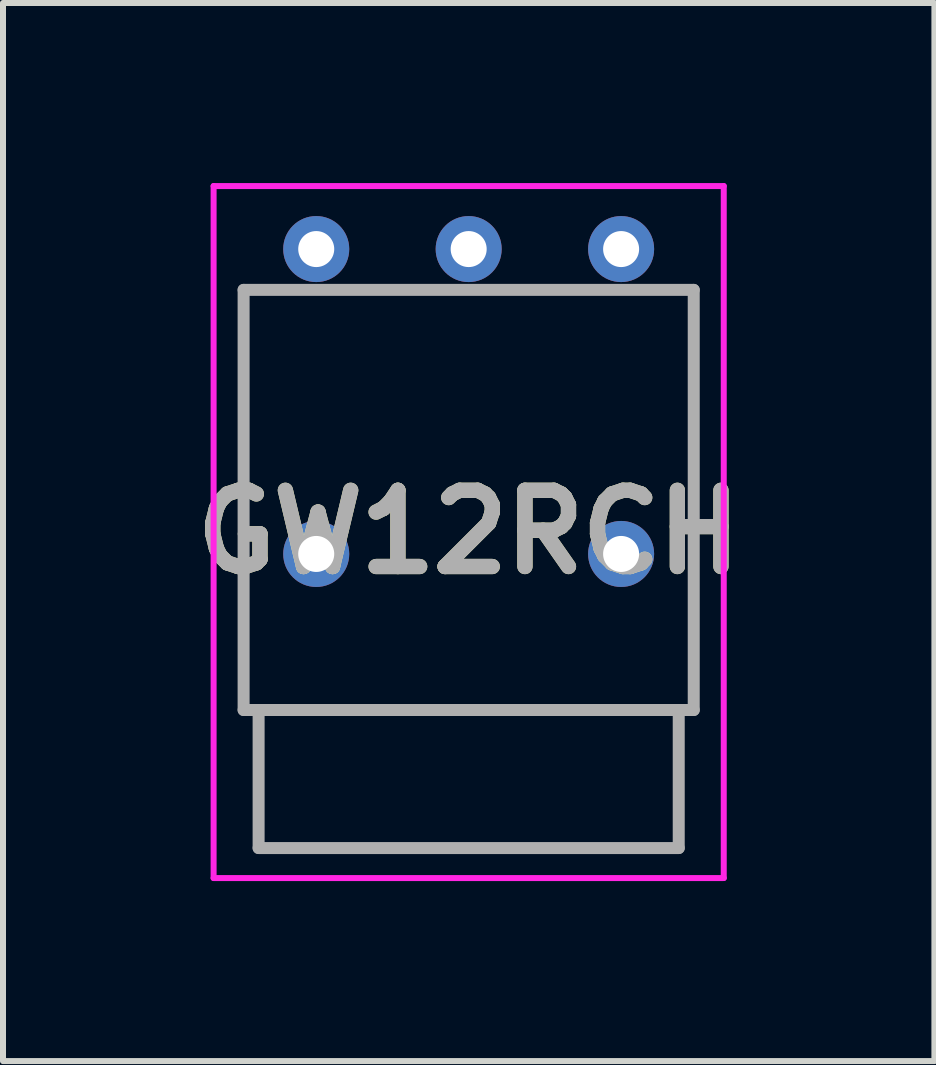
<source format=kicad_pcb>
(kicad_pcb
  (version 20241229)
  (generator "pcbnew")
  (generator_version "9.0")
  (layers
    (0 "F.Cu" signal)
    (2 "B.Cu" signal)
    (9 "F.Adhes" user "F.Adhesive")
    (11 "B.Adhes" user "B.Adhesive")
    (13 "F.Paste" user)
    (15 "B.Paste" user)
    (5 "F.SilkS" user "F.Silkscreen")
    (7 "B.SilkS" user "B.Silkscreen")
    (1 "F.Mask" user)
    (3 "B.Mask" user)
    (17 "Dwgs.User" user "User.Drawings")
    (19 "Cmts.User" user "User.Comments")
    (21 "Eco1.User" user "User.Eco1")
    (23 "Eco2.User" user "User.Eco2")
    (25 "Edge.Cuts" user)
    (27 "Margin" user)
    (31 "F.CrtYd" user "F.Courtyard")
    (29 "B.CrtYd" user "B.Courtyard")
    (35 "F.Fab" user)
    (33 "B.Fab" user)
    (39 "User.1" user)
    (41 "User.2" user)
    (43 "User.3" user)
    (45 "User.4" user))
  (footprint "GW12RCH"
    (layer "F.Cu")
    (at 2.219 1.1)
    (property "Reference" "GW12RCH" (at 2.54 4.715 0) (layer "F.SilkS") (effects (font (size 1.27 1.27) (thickness 0.254))))
    (attr through_hole)
    (fp_line (start -1.21 7.68) (end -1.21 0.68) (stroke (width 0.1) (type solid)) (layer "F.SilkS"))
    (fp_line (start 0.74 0.68) (end 1.74 0.68) (stroke (width 0.1) (type solid)) (layer "F.SilkS"))
    (fp_line (start 3.34 0.68) (end 4.34 0.68) (stroke (width 0.1) (type solid)) (layer "F.SilkS"))
    (fp_line (start 6.29 0.68) (end 6.29 7.68) (stroke (width 0.1) (type solid)) (layer "F.SilkS"))
    (fp_line (start 6.29 7.68) (end -1.21 7.68) (stroke (width 0.1) (type solid)) (layer "F.SilkS"))
    (fp_line (start -1.71 -1.05) (end 6.79 -1.05) (stroke (width 0.1) (type solid)) (layer "F.CrtYd"))
    (fp_line (start -1.71 10.48) (end -1.71 -1.05) (stroke (width 0.1) (type solid)) (layer "F.CrtYd"))
    (fp_line (start 6.79 -1.05) (end 6.79 10.48) (stroke (width 0.1) (type solid)) (layer "F.CrtYd"))
    (fp_line (start 6.79 10.48) (end -1.71 10.48) (stroke (width 0.1) (type solid)) (layer "F.CrtYd"))
    (fp_line (start -1.21 0.68) (end 6.29 0.68) (stroke (width 0.2) (type solid)) (layer "F.Fab"))
    (fp_line (start -1.21 7.68) (end -1.21 0.68) (stroke (width 0.2) (type solid)) (layer "F.Fab"))
    (fp_line (start -0.96 7.68) (end 6.04 7.68) (stroke (width 0.2) (type solid)) (layer "F.Fab"))
    (fp_line (start -0.96 9.98) (end -0.96 7.68) (stroke (width 0.2) (type solid)) (layer "F.Fab"))
    (fp_line (start 6.04 7.68) (end 6.04 9.98) (stroke (width 0.2) (type solid)) (layer "F.Fab"))
    (fp_line (start 6.04 9.98) (end -0.96 9.98) (stroke (width 0.2) (type solid)) (layer "F.Fab"))
    (fp_line (start 6.29 0.68) (end 6.29 7.68) (stroke (width 0.2) (type solid)) (layer "F.Fab"))
    (fp_line (start 6.29 7.68) (end -1.21 7.68) (stroke (width 0.2) (type solid)) (layer "F.Fab"))
    (fp_text user "${REFERENCE}" (at 2.54 4.715 0) (layer "F.Fab") (effects (font (size 1.27 1.27) (thickness 0.254))))
    (pad "4" thru_hole circle (at 0 0) (size 1.1 1.1) (drill 0.6) (layers "*.Cu" "*.Mask"))
    (pad "5" thru_hole circle (at 2.54 0) (size 1.1 1.1) (drill 0.6) (layers "*.Cu" "*.Mask"))
    (pad "6" thru_hole circle (at 5.08 0) (size 1.1 1.1) (drill 0.6) (layers "*.Cu" "*.Mask"))
    (pad "MH1" thru_hole circle (at 0 5.08) (size 1.1 1.1) (drill 0.6) (layers "*.Cu" "*.Mask"))
    (pad "MH2" thru_hole circle (at 5.08 5.08) (size 1.1 1.1) (drill 0.6) (layers "*.Cu" "*.Mask")))
  (gr_rect
    (start -3 -3)
    (end 12.519 14.63)
    (stroke (width 0.1) (type default))
    (fill no)
    (layer "Edge.Cuts")))
</source>
